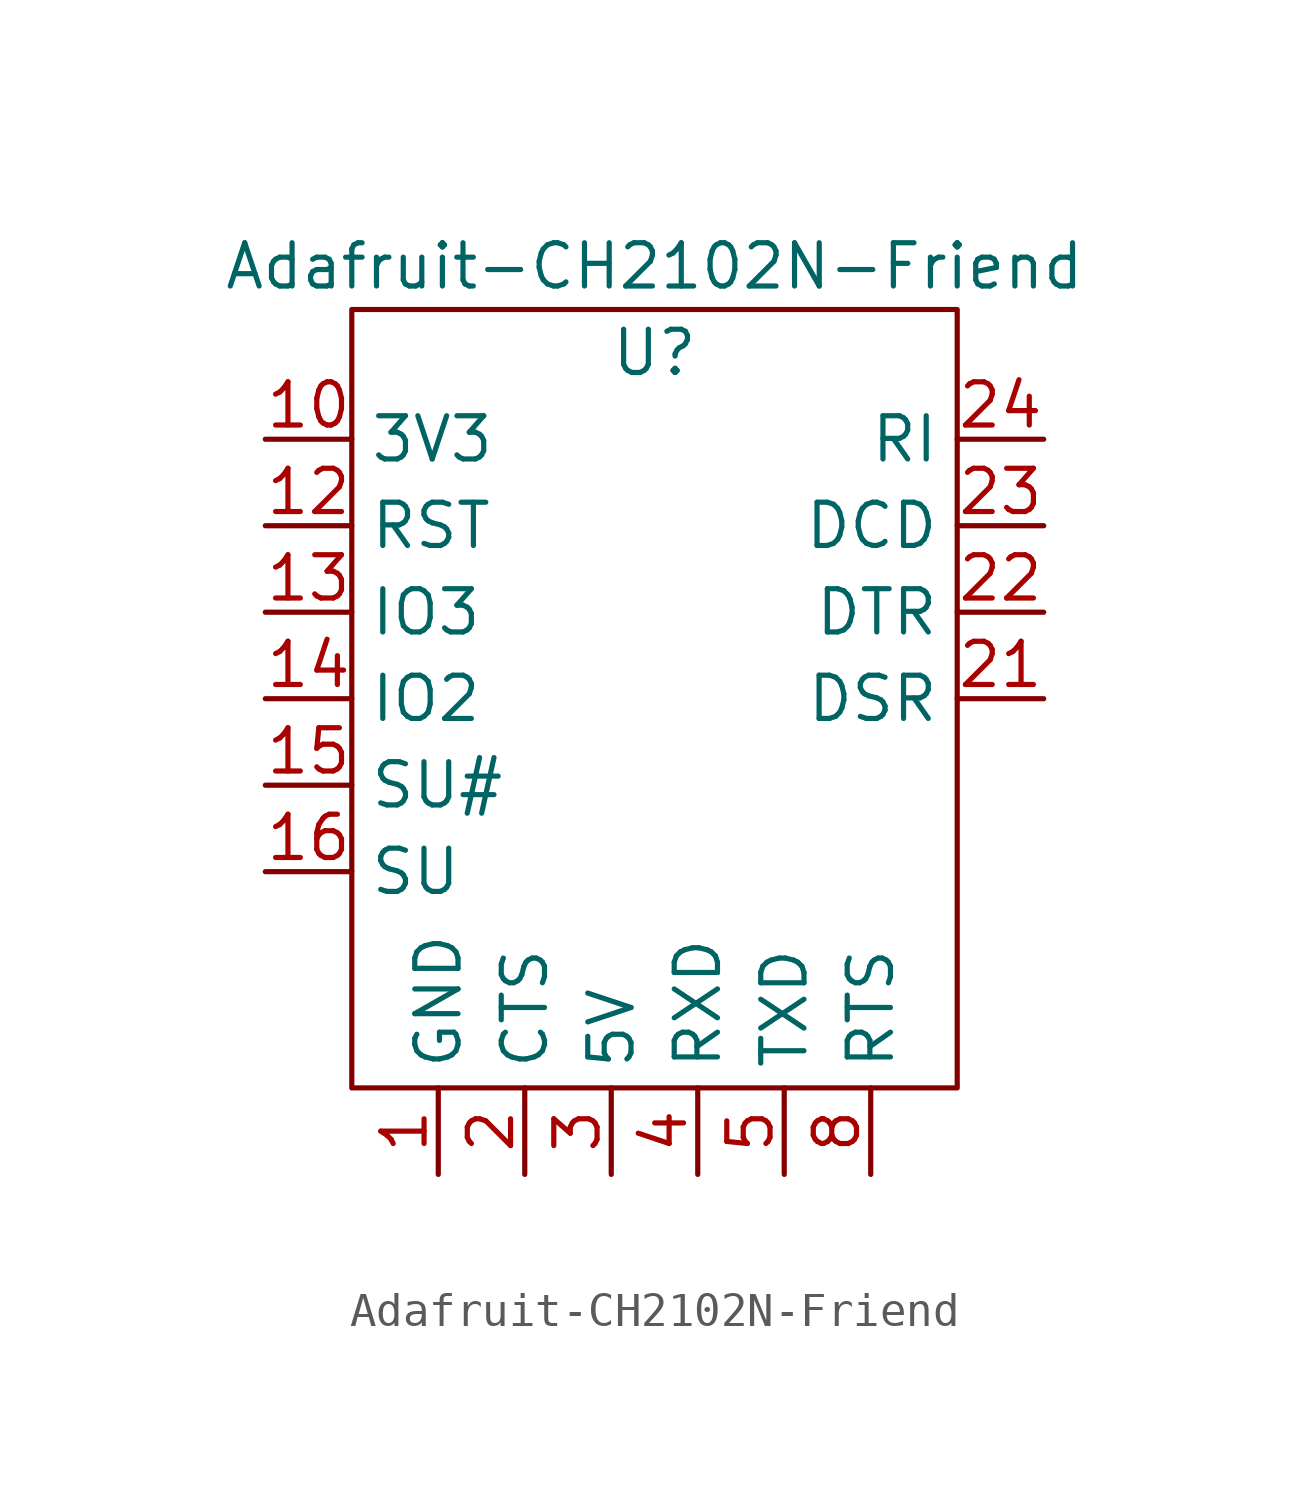
<source format=kicad_sym>
(kicad_symbol_lib
  (version 20220914)
  (generator kicad_symbol_editor)
  (symbol "Adafruit-CH2102N-Friend"
    (property "Reference" "U"
      (at 8.89 -1.27 0)
      (effects (font (size 1.27 1.27))))
    (property "Value" "Adafruit-CH2102N-Friend"
      (at 8.89 1.27 0)
      (effects (font (size 1.27 1.27))))
    (symbol "Adafruit-CH2102N-Friend_0_1"
      (rectangle (start 0 0) (end 17.78 -22.86) (stroke (width 0) (type default)) (fill (type none))))
    (symbol "Adafruit-CH2102N-Friend_1_1"
      (pin power_out line (at 2.54 -25.4 90) (length 2.54) (name "GND" (effects (font (size 1.27 1.27)))) (number "1" (effects (font (size 1.27 1.27)))))
      (pin power_out line (at -2.54 -3.81 0) (length 2.54) (name "3V3" (effects (font (size 1.27 1.27)))) (number "10" (effects (font (size 1.27 1.27)))))
      (pin power_out line (at 2.54 -25.4 90) (length 2.54) hide (name "GND" (effects (font (size 1.27 1.27)))) (number "11" (effects (font (size 1.27 1.27)))))
      (pin output line (at -2.54 -6.35 0) (length 2.54) (name "RST" (effects (font (size 1.27 1.27)))) (number "12" (effects (font (size 1.27 1.27)))))
      (pin output line (at -2.54 -8.89 0) (length 2.54) (name "IO3" (effects (font (size 1.27 1.27)))) (number "13" (effects (font (size 1.27 1.27)))))
      (pin output line (at -2.54 -11.43 0) (length 2.54) (name "IO2" (effects (font (size 1.27 1.27)))) (number "14" (effects (font (size 1.27 1.27)))))
      (pin output line (at -2.54 -13.97 0) (length 2.54) (name "SU#" (effects (font (size 1.27 1.27)))) (number "15" (effects (font (size 1.27 1.27)))))
      (pin output line (at -2.54 -16.51 0) (length 2.54) (name "SU" (effects (font (size 1.27 1.27)))) (number "16" (effects (font (size 1.27 1.27)))))
      (pin input line (at 5.08 -25.4 90) (length 2.54) hide (name "CTS" (effects (font (size 1.27 1.27)))) (number "17" (effects (font (size 1.27 1.27)))))
      (pin output line (at 15.24 -25.4 90) (length 2.54) hide (name "RTS" (effects (font (size 1.27 1.27)))) (number "18" (effects (font (size 1.27 1.27)))))
      (pin input line (at 10.16 -25.4 90) (length 2.54) hide (name "RXD" (effects (font (size 1.27 1.27)))) (number "19" (effects (font (size 1.27 1.27)))))
      (pin input line (at 5.08 -25.4 90) (length 2.54) (name "CTS" (effects (font (size 1.27 1.27)))) (number "2" (effects (font (size 1.27 1.27)))))
      (pin output line (at 12.7 -25.4 90) (length 2.54) hide (name "TXD" (effects (font (size 1.27 1.27)))) (number "20" (effects (font (size 1.27 1.27)))))
      (pin output line (at 20.32 -11.43 180) (length 2.54) (name "DSR" (effects (font (size 1.27 1.27)))) (number "21" (effects (font (size 1.27 1.27)))))
      (pin output line (at 20.32 -8.89 180) (length 2.54) (name "DTR" (effects (font (size 1.27 1.27)))) (number "22" (effects (font (size 1.27 1.27)))))
      (pin output line (at 20.32 -6.35 180) (length 2.54) (name "DCD" (effects (font (size 1.27 1.27)))) (number "23" (effects (font (size 1.27 1.27)))))
      (pin output line (at 20.32 -3.81 180) (length 2.54) (name "RI" (effects (font (size 1.27 1.27)))) (number "24" (effects (font (size 1.27 1.27)))))
      (pin power_out line (at 7.62 -25.4 90) (length 2.54) (name "5V" (effects (font (size 1.27 1.27)))) (number "3" (effects (font (size 1.27 1.27)))))
      (pin input line (at 10.16 -25.4 90) (length 2.54) (name "RXD" (effects (font (size 1.27 1.27)))) (number "4" (effects (font (size 1.27 1.27)))))
      (pin output line (at 12.7 -25.4 90) (length 2.54) (name "TXD" (effects (font (size 1.27 1.27)))) (number "5" (effects (font (size 1.27 1.27)))))
      (pin output line (at 15.24 -25.4 90) (length 2.54) (name "RTS" (effects (font (size 1.27 1.27)))) (number "8" (effects (font (size 1.27 1.27)))))
      (pin power_out line (at 7.62 -25.4 90) (length 2.54) hide (name "5V" (effects (font (size 1.27 1.27)))) (number "9" (effects (font (size 1.27 1.27))))))))
</source>
